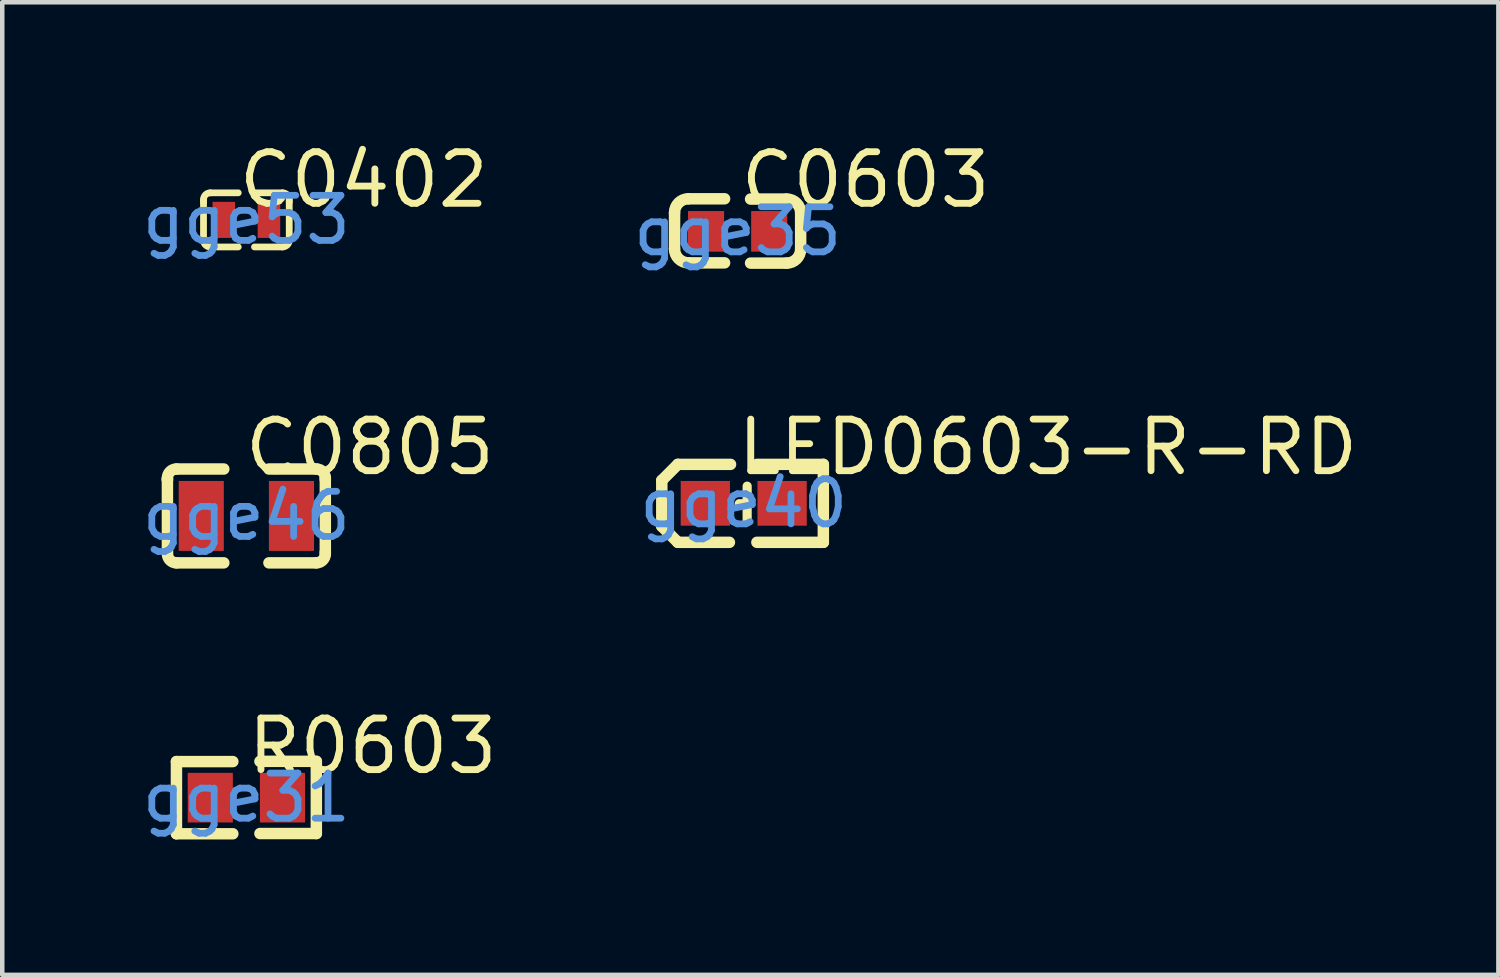
<source format=kicad_pcb>
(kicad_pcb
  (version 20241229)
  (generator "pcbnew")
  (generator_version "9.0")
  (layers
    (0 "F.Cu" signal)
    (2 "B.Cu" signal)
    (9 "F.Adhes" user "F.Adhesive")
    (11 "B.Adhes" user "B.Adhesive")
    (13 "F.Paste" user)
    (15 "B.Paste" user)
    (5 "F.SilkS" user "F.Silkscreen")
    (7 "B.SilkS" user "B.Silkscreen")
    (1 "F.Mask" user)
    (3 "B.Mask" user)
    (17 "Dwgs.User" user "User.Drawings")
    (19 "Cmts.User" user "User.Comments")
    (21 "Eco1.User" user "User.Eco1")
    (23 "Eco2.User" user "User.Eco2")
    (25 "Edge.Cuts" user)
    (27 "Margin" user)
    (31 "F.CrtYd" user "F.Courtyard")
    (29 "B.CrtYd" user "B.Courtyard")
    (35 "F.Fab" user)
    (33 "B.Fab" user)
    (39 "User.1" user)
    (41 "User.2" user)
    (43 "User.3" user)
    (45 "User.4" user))
  (footprint "C0402"
    (layer "F.Cu")
    (at 2.411 1.824)
    (property "Reference" "C0402" (at -0.246 -0.889 0) (layer "F.SilkS") (effects (font (size 1.143 1.143) (thickness 0.152)) (justify left)))
    (attr smd)
    (fp_line (start -0.95 -0.45) (end -0.95 -0.4) (stroke (width 0.15) (type solid)) (layer "F.SilkS"))
    (fp_line (start -0.95 -0.4) (end -0.95 0.4) (stroke (width 0.15) (type solid)) (layer "F.SilkS"))
    (fp_line (start -0.95 0.45) (end -0.95 0.4) (stroke (width 0.15) (type solid)) (layer "F.SilkS"))
    (fp_line (start -0.18 -0.6) (end -0.8 -0.6) (stroke (width 0.15) (type solid)) (layer "F.SilkS"))
    (fp_line (start -0.18 0.6) (end -0.8 0.6) (stroke (width 0.15) (type solid)) (layer "F.SilkS"))
    (fp_line (start 0.18 -0.6) (end 0.8 -0.6) (stroke (width 0.15) (type solid)) (layer "F.SilkS"))
    (fp_line (start 0.18 0.6) (end 0.8 0.6) (stroke (width 0.15) (type solid)) (layer "F.SilkS"))
    (fp_line (start 0.95 -0.45) (end 0.95 -0.4) (stroke (width 0.15) (type solid)) (layer "F.SilkS"))
    (fp_line (start 0.95 -0.4) (end 0.95 0.4) (stroke (width 0.15) (type solid)) (layer "F.SilkS"))
    (fp_line (start 0.95 0.45) (end 0.95 0.4) (stroke (width 0.15) (type solid)) (layer "F.SilkS"))
    (fp_arc (start -0.95 -0.45) (mid -0.906066 -0.556066) (end -0.8 -0.6) (stroke (width 0.15) (type solid)) (layer "F.SilkS"))
    (fp_arc (start -0.8 0.6) (mid -0.906066 0.556066) (end -0.95 0.45) (stroke (width 0.15) (type solid)) (layer "F.SilkS"))
    (fp_arc (start 0.8 -0.6) (mid 0.906066 -0.556066) (end 0.95 -0.45) (stroke (width 0.15) (type solid)) (layer "F.SilkS"))
    (fp_arc (start 0.95 0.45) (mid 0.906066 0.556066) (end 0.8 0.6) (stroke (width 0.15) (type solid)) (layer "F.SilkS"))
    (fp_text user "gge53" (at 0 0 0) (layer "Cmts.User") (effects (font (size 1 1) (thickness 0.15))))
    (pad "1" smd rect (at -0.5 0) (size 0.5 0.8) (layers "F.Cu" "F.Mask" "F.Paste"))
    (pad "2" smd rect (at 0.5 0) (size 0.5 0.8) (layers "F.Cu" "F.Mask" "F.Paste")))
  (footprint "C0805"
    (layer "F.Cu")
    (at 2.411 8.386)
    (property "Reference" "C0805" (at -0.111 -1.524 0) (layer "F.SilkS") (effects (font (size 1.143 1.143) (thickness 0.152)) (justify left)))
    (attr smd)
    (fp_line (start -1.75 -0.84) (end -1.75 -0.8) (stroke (width 0.254) (type solid)) (layer "F.SilkS"))
    (fp_line (start -1.75 -0.82) (end -1.75 -0.8) (stroke (width 0.254) (type solid)) (layer "F.SilkS"))
    (fp_line (start -1.75 -0.8) (end -1.75 0.8) (stroke (width 0.254) (type solid)) (layer "F.SilkS"))
    (fp_line (start -1.75 0.84) (end -1.75 0.8) (stroke (width 0.254) (type solid)) (layer "F.SilkS"))
    (fp_line (start -0.5 -1.04) (end -1.55 -1.04) (stroke (width 0.254) (type solid)) (layer "F.SilkS"))
    (fp_line (start -0.5 1.04) (end -1.55 1.04) (stroke (width 0.254) (type solid)) (layer "F.SilkS"))
    (fp_line (start 0.5 -1.04) (end 1.55 -1.04) (stroke (width 0.254) (type solid)) (layer "F.SilkS"))
    (fp_line (start 0.5 1.04) (end 1.55 1.04) (stroke (width 0.254) (type solid)) (layer "F.SilkS"))
    (fp_line (start 1.75 -0.84) (end 1.75 -0.8) (stroke (width 0.254) (type solid)) (layer "F.SilkS"))
    (fp_line (start 1.75 -0.8) (end 1.75 0.8) (stroke (width 0.254) (type solid)) (layer "F.SilkS"))
    (fp_line (start 1.75 0.84) (end 1.75 0.8) (stroke (width 0.254) (type solid)) (layer "F.SilkS"))
    (fp_arc (start -1.75 -0.84) (mid -1.691421 -0.981421) (end -1.55 -1.04) (stroke (width 0.254) (type solid)) (layer "F.SilkS"))
    (fp_arc (start -1.55 1.04) (mid -1.691421 0.981421) (end -1.75 0.84) (stroke (width 0.254) (type solid)) (layer "F.SilkS"))
    (fp_arc (start 1.55 -1.04) (mid 1.691421 -0.981421) (end 1.75 -0.84) (stroke (width 0.254) (type solid)) (layer "F.SilkS"))
    (fp_arc (start 1.75 0.84) (mid 1.691421 0.981421) (end 1.55 1.04) (stroke (width 0.254) (type solid)) (layer "F.SilkS"))
    (fp_text user "gge46" (at 0 0 0) (layer "Cmts.User") (effects (font (size 1 1) (thickness 0.15))))
    (pad "1" smd rect (at -1 0) (size 1 1.55) (layers "F.Cu" "F.Mask" "F.Paste"))
    (pad "2" smd rect (at 1 0) (size 1 1.55) (layers "F.Cu" "F.Mask" "F.Paste")))
  (footprint "R0603"
    (layer "F.Cu")
    (at 2.411 14.631)
    (property "Reference" "R0603" (at -0.049 -1.143 0) (layer "F.SilkS") (effects (font (size 1.143 1.143) (thickness 0.152)) (justify left)))
    (attr smd)
    (fp_line (start -1.55 -0.8) (end -1.55 0.8) (stroke (width 0.254) (type solid)) (layer "F.SilkS"))
    (fp_line (start -0.3 -0.8) (end -1.55 -0.8) (stroke (width 0.254) (type solid)) (layer "F.SilkS"))
    (fp_line (start -0.3 0.8) (end -1.55 0.8) (stroke (width 0.254) (type solid)) (layer "F.SilkS"))
    (fp_line (start 0.301 -0.805) (end 1.551 -0.805) (stroke (width 0.254) (type solid)) (layer "F.SilkS"))
    (fp_line (start 0.301 0.795) (end 1.551 0.795) (stroke (width 0.254) (type solid)) (layer "F.SilkS"))
    (fp_line (start 1.551 -0.805) (end 1.551 0.795) (stroke (width 0.254) (type solid)) (layer "F.SilkS"))
    (fp_text user "gge31" (at 0 0 0) (layer "Cmts.User") (effects (font (size 1 1) (thickness 0.15))))
    (pad "1" smd rect (at -0.8 0) (size 1 1.1) (layers "F.Cu" "F.Mask" "F.Paste"))
    (pad "2" smd rect (at 0.8 0) (size 1 1.1) (layers "F.Cu" "F.Mask" "F.Paste")))
  (footprint "LED0603-R-RD"
    (layer "F.Cu")
    (at 13.435 8.107)
    (property "Reference" "LED0603-R-RD" (at -0.216 -1.245 0) (layer "F.SilkS") (effects (font (size 1.143 1.143) (thickness 0.152)) (justify left)))
    (attr smd)
    (fp_line (start -1.816 -0.508) (end -1.46 -0.864) (stroke (width 0.254) (type solid)) (layer "F.SilkS"))
    (fp_line (start -1.816 0.508) (end -1.816 -0.508) (stroke (width 0.254) (type solid)) (layer "F.SilkS"))
    (fp_line (start -1.46 0.864) (end -1.816 0.508) (stroke (width 0.254) (type solid)) (layer "F.SilkS"))
    (fp_line (start -0.317 0.864) (end -1.46 0.864) (stroke (width 0.254) (type solid)) (layer "F.SilkS"))
    (fp_line (start -0.292 -0.864) (end -1.46 -0.864) (stroke (width 0.254) (type solid)) (layer "F.SilkS"))
    (fp_line (start 0.076 0.008) (end -0.099 0.008) (stroke (width 0.203) (type solid)) (layer "F.SilkS"))
    (fp_line (start 0.076 0.406) (end 0.076 -0.381) (stroke (width 0.203) (type solid)) (layer "F.SilkS"))
    (fp_line (start 1.765 -0.864) (end 0.292 -0.864) (stroke (width 0.254) (type solid)) (layer "F.SilkS"))
    (fp_line (start 1.765 0.864) (end 0.292 0.864) (stroke (width 0.254) (type solid)) (layer "F.SilkS"))
    (fp_line (start 1.765 0.864) (end 1.765 -0.864) (stroke (width 0.254) (type solid)) (layer "F.SilkS"))
    (fp_text user "gge40" (at 0 0 0) (layer "Cmts.User") (effects (font (size 1 1) (thickness 0.15))))
    (pad "1" smd rect (at 0.851 0 90) (size 0.991 1.092) (layers "F.Cu" "F.Mask" "F.Paste"))
    (pad "2" smd rect (at -0.851 0 90) (size 0.991 1.092) (layers "F.Cu" "F.Mask" "F.Paste")))
  (footprint "C0603"
    (layer "F.Cu")
    (at 13.3 2.078)
    (property "Reference" "C0603" (at -0.011 -1.143 0) (layer "F.SilkS") (effects (font (size 1.143 1.143) (thickness 0.152)) (justify left)))
    (attr smd)
    (fp_line (start -1.398 -0.412) (end -1.398 0.388) (stroke (width 0.254) (type solid)) (layer "F.SilkS"))
    (fp_line (start -0.289 -0.722) (end -1.089 -0.722) (stroke (width 0.254) (type solid)) (layer "F.SilkS"))
    (fp_line (start -0.289 0.698) (end -1.089 0.698) (stroke (width 0.254) (type solid)) (layer "F.SilkS"))
    (fp_line (start 0.287 -0.716) (end 1.087 -0.716) (stroke (width 0.254) (type solid)) (layer "F.SilkS"))
    (fp_line (start 0.287 0.704) (end 1.087 0.704) (stroke (width 0.254) (type solid)) (layer "F.SilkS"))
    (fp_line (start 1.397 -0.406) (end 1.397 0.394) (stroke (width 0.254) (type solid)) (layer "F.SilkS"))
    (fp_arc (start -1.399 -0.412) (mid -1.308203 -0.631203) (end -1.089 -0.722) (stroke (width 0.254) (type solid)) (layer "F.SilkS"))
    (fp_arc (start -1.089 0.698) (mid -1.308203 0.607203) (end -1.399 0.388) (stroke (width 0.254) (type solid)) (layer "F.SilkS"))
    (fp_arc (start 1.087 -0.716) (mid 1.306203 -0.625203) (end 1.397 -0.406) (stroke (width 0.254) (type solid)) (layer "F.SilkS"))
    (fp_arc (start 1.397 0.394) (mid 1.306203 0.613203) (end 1.087 0.704) (stroke (width 0.254) (type solid)) (layer "F.SilkS"))
    (fp_text user "gge35" (at 0 0 0) (layer "Cmts.User") (effects (font (size 1 1) (thickness 0.15))))
    (pad "1" smd rect (at -0.7 0) (size 0.8 0.9) (layers "F.Cu" "F.Mask" "F.Paste"))
    (pad "2" smd rect (at 0.7 0) (size 0.8 0.9) (layers "F.Cu" "F.Mask" "F.Paste")))
  (gr_rect
    (start -3 -3)
    (end 30.163 18.558)
    (stroke (width 0.1) (type default))
    (fill no)
    (layer "Edge.Cuts")))
</source>
